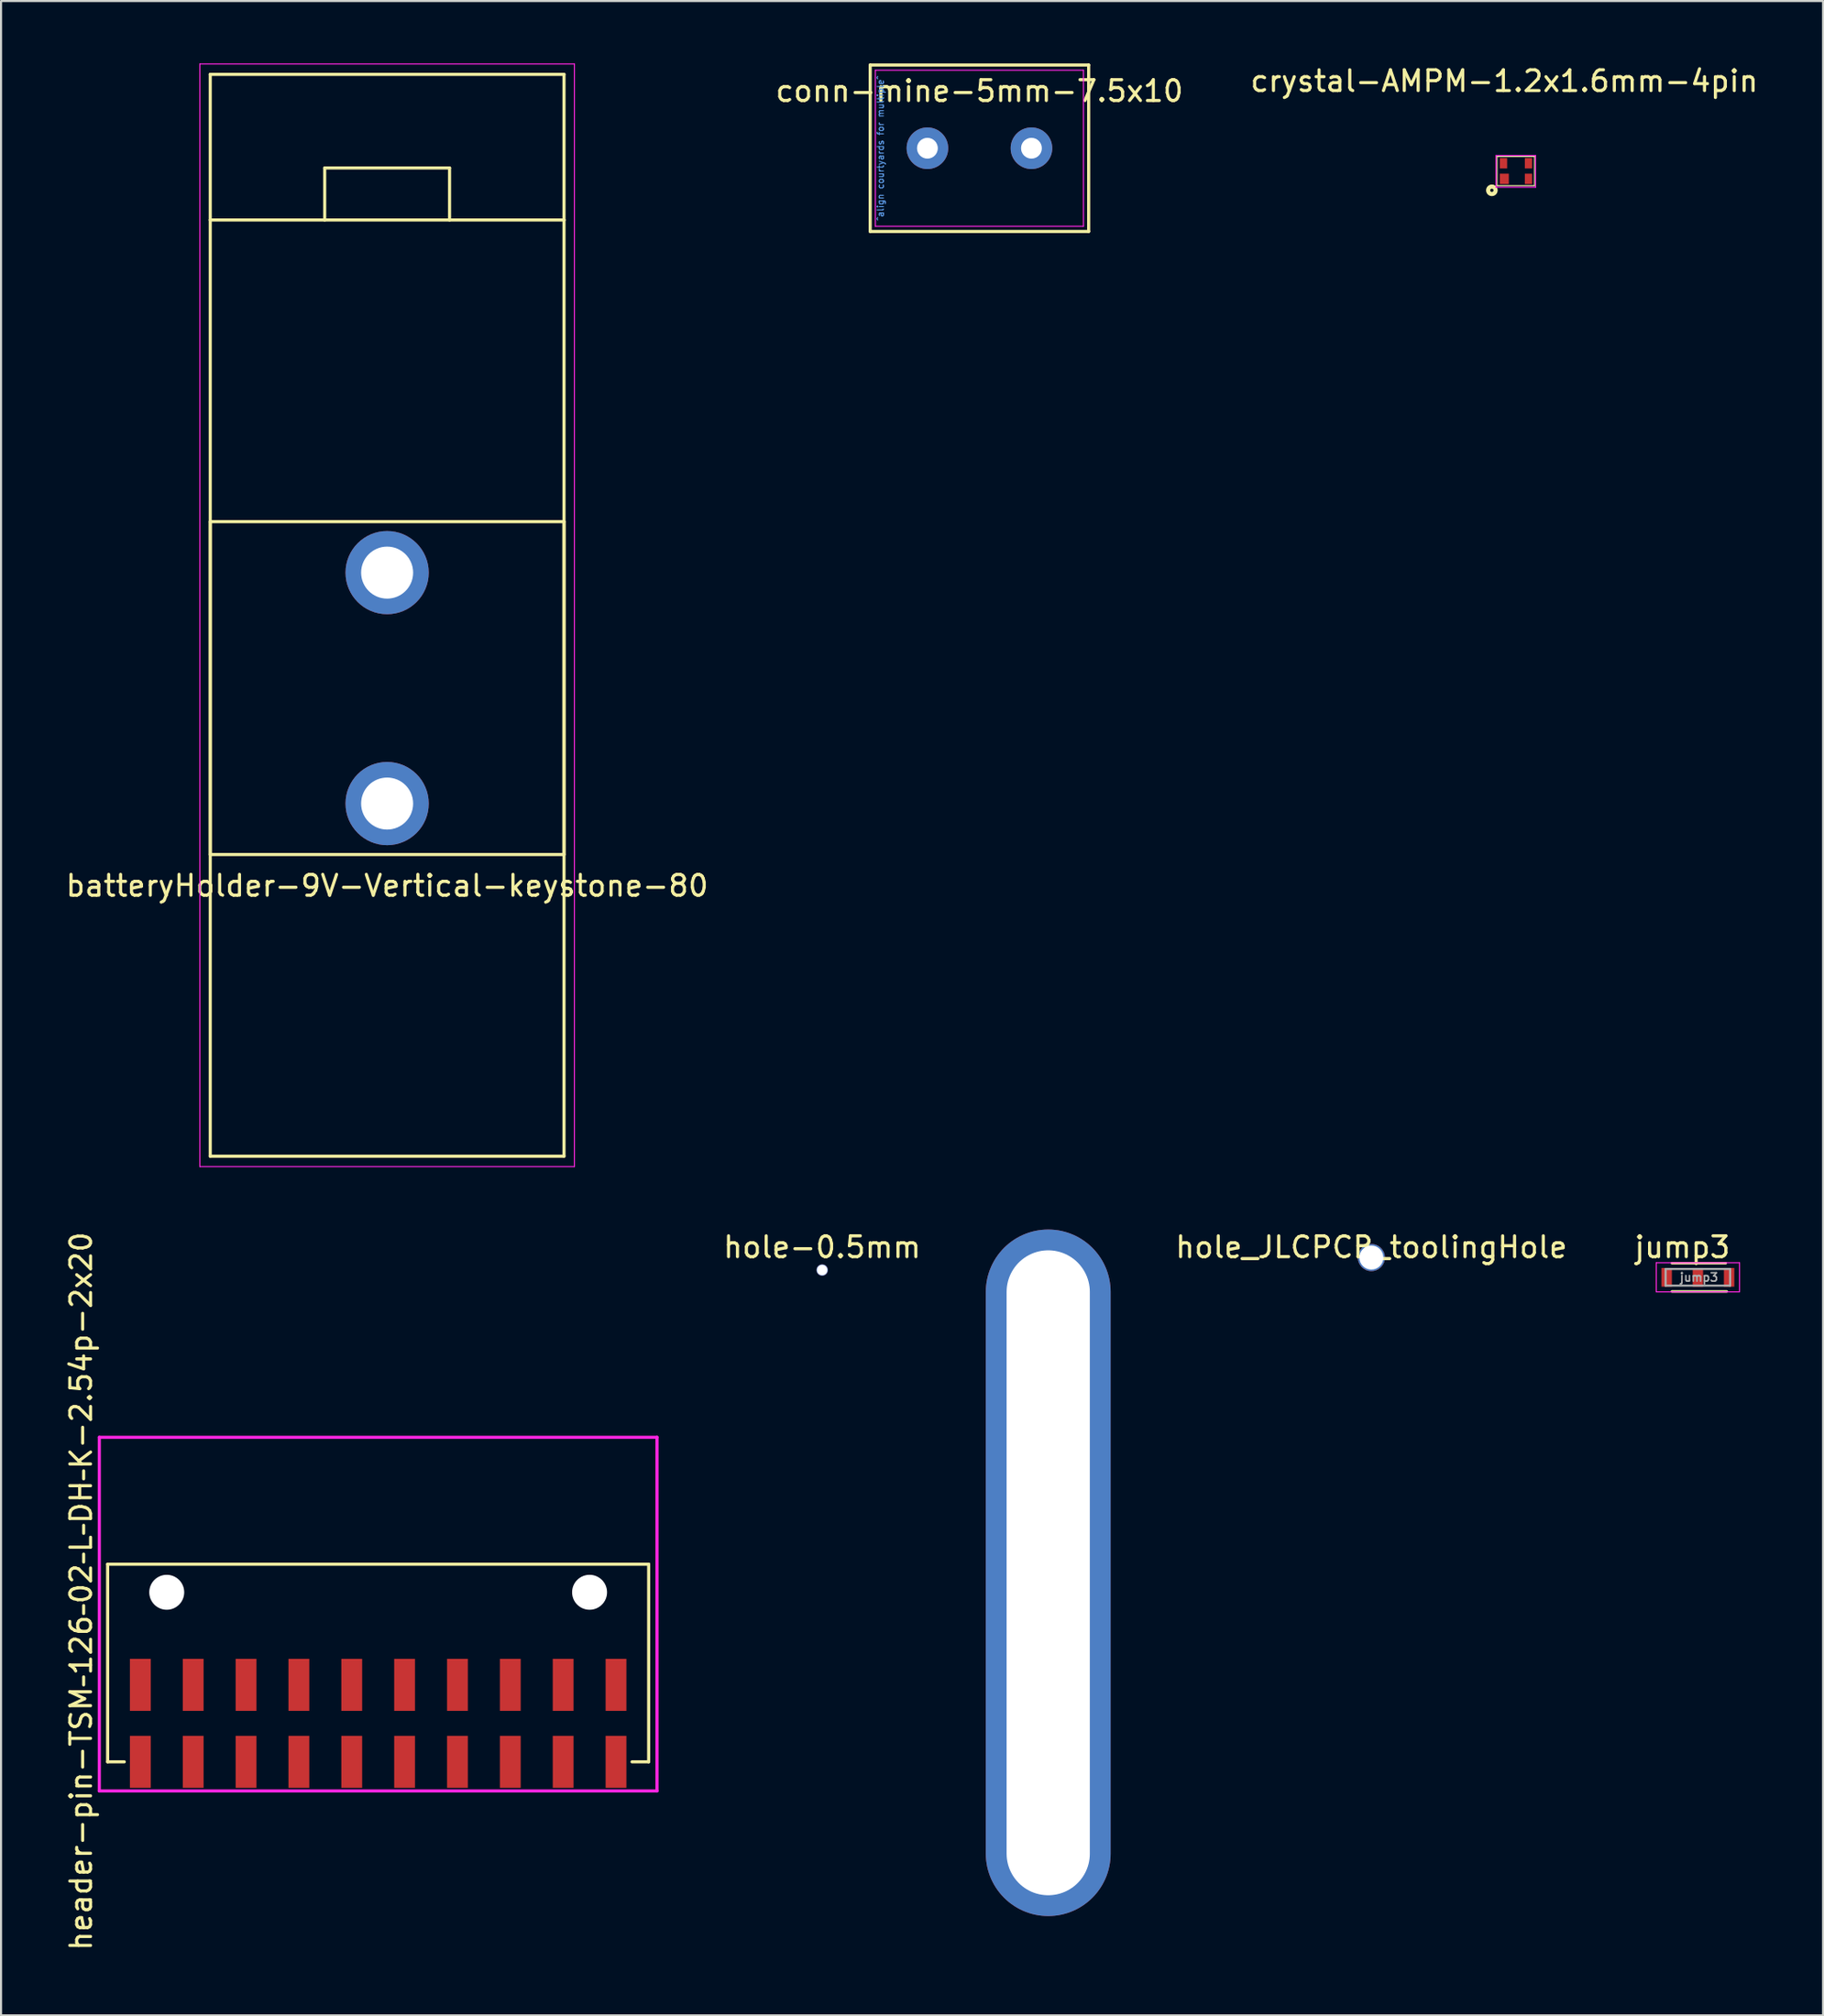
<source format=kicad_pcb>
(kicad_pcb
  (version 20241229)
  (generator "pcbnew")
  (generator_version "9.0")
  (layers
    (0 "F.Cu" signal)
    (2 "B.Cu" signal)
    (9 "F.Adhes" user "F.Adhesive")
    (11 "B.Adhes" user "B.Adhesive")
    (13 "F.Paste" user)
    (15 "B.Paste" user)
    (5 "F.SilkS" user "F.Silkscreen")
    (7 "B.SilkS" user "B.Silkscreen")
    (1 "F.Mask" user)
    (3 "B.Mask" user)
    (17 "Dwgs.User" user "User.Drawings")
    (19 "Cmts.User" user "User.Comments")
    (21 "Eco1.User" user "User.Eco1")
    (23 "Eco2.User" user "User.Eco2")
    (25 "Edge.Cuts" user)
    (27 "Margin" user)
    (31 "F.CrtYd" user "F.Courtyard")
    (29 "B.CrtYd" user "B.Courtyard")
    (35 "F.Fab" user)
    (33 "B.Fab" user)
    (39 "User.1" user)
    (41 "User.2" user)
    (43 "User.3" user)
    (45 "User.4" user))
  (footprint "jump3"
    (layer "F.Cu")
    (at 77.795 58.348)
    (property "Reference" "jump3" (at 0 -1.45 0) (layer "F.SilkS") (effects (font (size 1 1) (thickness 0.15))))
    (attr smd)
    (fp_line (start -0.5 -0.68) (end 2.09 -0.68) (stroke (width 0.12) (type solid)) (layer "F.SilkS"))
    (fp_line (start 2.14 0.68) (end -0.5 0.68) (stroke (width 0.12) (type solid)) (layer "F.SilkS"))
    (fp_line (start -1.25 -0.7) (end -1.25 0.7) (stroke (width 0.05) (type solid)) (layer "F.CrtYd"))
    (fp_line (start -1.25 -0.7) (end 2.75 -0.7) (stroke (width 0.05) (type solid)) (layer "F.CrtYd"))
    (fp_line (start 2.75 0.7) (end -1.25 0.7) (stroke (width 0.05) (type solid)) (layer "F.CrtYd"))
    (fp_line (start 2.75 0.7) (end 2.75 -0.7) (stroke (width 0.05) (type solid)) (layer "F.CrtYd"))
    (fp_line (start -0.8 -0.4) (end 2.3 -0.4) (stroke (width 0.1) (type solid)) (layer "F.Fab"))
    (fp_line (start -0.8 0.4) (end -0.8 -0.4) (stroke (width 0.1) (type solid)) (layer "F.Fab"))
    (fp_line (start 2.3 -0.4) (end 2.3 0.4) (stroke (width 0.1) (type solid)) (layer "F.Fab"))
    (fp_line (start 2.3 0.4) (end -0.8 0.4) (stroke (width 0.1) (type solid)) (layer "F.Fab"))
    (fp_text user "${REFERENCE}" (at 0.8 0 0) (layer "F.Fab") (effects (font (size 0.4 0.4) (thickness 0.075))))
    (pad "1" smd rect (at -0.75 0) (size 0.5 0.9) (layers "F.Cu" "F.Mask" "F.Paste"))
    (pad "2" smd rect (at 0.75 0) (size 0.5 0.9) (layers "F.Cu" "F.Mask" "F.Paste"))
    (pad "3" smd rect (at 2.25 0) (size 0.5 0.9) (layers "F.Cu" "F.Mask" "F.Paste")))
  (footprint "crystal-AMPM-1.2x1.6mm-4pin"
    (layer "F.Cu")
    (at 69.244 5.548)
    (property "Reference" "crystal-AMPM-1.2x1.6mm-4pin" (at 0 -4.7 0) (layer "F.SilkS") (effects (font (size 1 1) (thickness 0.15))))
    (attr through_hole)
    (fp_line (start -0.35 -1.075) (end 1.45 -1.075) (stroke (width 0.05) (type solid)) (layer "F.SilkS"))
    (fp_line (start -0.35 0.325) (end -0.35 -1.075) (stroke (width 0.05) (type solid)) (layer "F.SilkS"))
    (fp_line (start -0.35 0.325) (end 1.45 0.325) (stroke (width 0.05) (type solid)) (layer "F.SilkS"))
    (fp_line (start 1.45 -1.075) (end 1.45 0.325) (stroke (width 0.05) (type solid)) (layer "F.SilkS"))
    (fp_circle (center -0.6 0.55) (end -0.521 0.55) (stroke (width 0.2) (type solid)) (fill no) (layer "F.SilkS"))
    (fp_line (start -0.4 -1.125) (end -0.4 0.4) (stroke (width 0.05) (type solid)) (layer "F.CrtYd"))
    (fp_line (start -0.4 0.4) (end 1.5 0.4) (stroke (width 0.05) (type solid)) (layer "F.CrtYd"))
    (fp_line (start 1.5 -1.125) (end -0.4 -1.125) (stroke (width 0.05) (type solid)) (layer "F.CrtYd"))
    (fp_line (start 1.5 0.4) (end 1.5 -1.125) (stroke (width 0.05) (type solid)) (layer "F.CrtYd"))
    (pad "1" smd rect (at 0 0) (size 0.43 0.5) (layers "F.Cu" "F.Mask" "F.Paste"))
    (pad "2" smd rect (at 1.16 0) (size 0.35 0.5) (layers "F.Cu" "F.Mask" "F.Paste"))
    (pad "3" smd rect (at 1.16 -0.75) (size 0.35 0.5) (layers "F.Cu" "F.Mask" "F.Paste"))
    (pad "4" smd rect (at -0.04 -0.75) (size 0.35 0.5) (layers "F.Cu" "F.Mask" "F.Paste")))
  (footprint "hole_JLCPCB_toolingHole"
    (layer "F.Cu")
    (at 62.854 57.398)
    (property "Reference" "hole_JLCPCB_toolingHole" (at 0 -0.5 0) (unlocked yes) (layer "F.SilkS") (effects (font (size 1 1) (thickness 0.15))))
    (attr through_hole)
    (pad "~" thru_hole circle (at 0 0) (size 1.3 1.3) (drill 1.152) (layers "*.Cu" "*.Mask")))
  (footprint "header-pin-TSM–126–02–L–DH–K-2.54p-2x20"
    (layer "F.Cu")
    (at 15.123 81.637)
    (property "Reference" "header-pin-TSM–126–02–L–DH–K-2.54p-2x20" (at -14.275 -8.2 270) (layer "F.SilkS") (effects (font (size 1 1) (thickness 0.15))))
    (attr through_hole)
    (fp_line (start -13 -9.5) (end 13 -9.5) (stroke (width 0.15) (type solid)) (layer "F.SilkS"))
    (fp_line (start -13 0) (end -13 -9.5) (stroke (width 0.15) (type solid)) (layer "F.SilkS"))
    (fp_line (start -13 0) (end -12.2 0) (stroke (width 0.15) (type solid)) (layer "F.SilkS"))
    (fp_line (start 13 -9.5) (end 13 0) (stroke (width 0.15) (type solid)) (layer "F.SilkS"))
    (fp_line (start 13 0) (end 12.2 0) (stroke (width 0.15) (type solid)) (layer "F.SilkS"))
    (fp_line (start -13.4 -15.6) (end 13.4 -15.6) (stroke (width 0.15) (type solid)) (layer "F.CrtYd"))
    (fp_line (start -13.4 1.4) (end -13.4 -15.6) (stroke (width 0.15) (type solid)) (layer "F.CrtYd"))
    (fp_line (start 13.4 -15.6) (end 13.4 1.4) (stroke (width 0.15) (type solid)) (layer "F.CrtYd"))
    (fp_line (start 13.4 1.4) (end -13.4 1.4) (stroke (width 0.15) (type solid)) (layer "F.CrtYd"))
    (pad "" np_thru_hole circle (at -10.16 -8.15) (size 1.68 1.68) (drill 1.68) (layers "*.Cu" "*.Mask"))
    (pad "" np_thru_hole circle (at 10.16 -8.15) (size 1.68 1.68) (drill 1.68) (layers "*.Cu" "*.Mask"))
    (pad "1" smd rect (at -11.43 0) (size 1 2.5) (layers "F.Cu" "F.Mask" "F.Paste"))
    (pad "2" smd rect (at -11.43 -3.7) (size 1 2.5) (layers "F.Cu" "F.Mask" "F.Paste"))
    (pad "3" smd rect (at -8.89 0) (size 1 2.5) (layers "F.Cu" "F.Mask" "F.Paste"))
    (pad "4" smd rect (at -8.89 -3.7) (size 1 2.5) (layers "F.Cu" "F.Mask" "F.Paste"))
    (pad "5" smd rect (at -6.35 0) (size 1 2.5) (layers "F.Cu" "F.Mask" "F.Paste"))
    (pad "6" smd rect (at -6.35 -3.7) (size 1 2.5) (layers "F.Cu" "F.Mask" "F.Paste"))
    (pad "7" smd rect (at -3.81 0) (size 1 2.5) (layers "F.Cu" "F.Mask" "F.Paste"))
    (pad "8" smd rect (at -3.81 -3.7) (size 1 2.5) (layers "F.Cu" "F.Mask" "F.Paste"))
    (pad "9" smd rect (at -1.27 0) (size 1 2.5) (layers "F.Cu" "F.Mask" "F.Paste"))
    (pad "10" smd rect (at -1.27 -3.7) (size 1 2.5) (layers "F.Cu" "F.Mask" "F.Paste"))
    (pad "11" smd rect (at 1.27 0) (size 1 2.5) (layers "F.Cu" "F.Mask" "F.Paste"))
    (pad "12" smd rect (at 1.27 -3.7) (size 1 2.5) (layers "F.Cu" "F.Mask" "F.Paste"))
    (pad "13" smd rect (at 3.81 0) (size 1 2.5) (layers "F.Cu" "F.Mask" "F.Paste"))
    (pad "14" smd rect (at 3.81 -3.7) (size 1 2.5) (layers "F.Cu" "F.Mask" "F.Paste"))
    (pad "15" smd rect (at 6.35 0) (size 1 2.5) (layers "F.Cu" "F.Mask" "F.Paste"))
    (pad "16" smd rect (at 6.35 -3.7) (size 1 2.5) (layers "F.Cu" "F.Mask" "F.Paste"))
    (pad "17" smd rect (at 8.89 0) (size 1 2.5) (layers "F.Cu" "F.Mask" "F.Paste"))
    (pad "18" smd rect (at 8.89 -3.7) (size 1 2.5) (layers "F.Cu" "F.Mask" "F.Paste"))
    (pad "19" smd rect (at 11.43 0) (size 1 2.5) (layers "F.Cu" "F.Mask" "F.Paste"))
    (pad "20" smd rect (at 11.43 -3.7) (size 1 2.5) (layers "F.Cu" "F.Mask" "F.Paste")))
  (footprint "hole-servo-mount"
    (layer "F.Cu")
    (at 47.324 72.55)
    (property "Reference" "hole-servo-mount" (at 1.1 0.05 90) (layer "F.SilkS") (effects (font (size 1 1) (thickness 0.15))))
    (attr through_hole)
    (pad "-" thru_hole oval (at 0 0) (size 6 33) (drill oval 4 31) (layers "*.Cu" "*.Mask")))
  (footprint "batteryHolder-9V-Vertical-keystone-80"
    (layer "F.Cu")
    (at 15.554 30.025)
    (property "Reference" "batteryHolder-9V-Vertical-keystone-80" (at 0 9.5 0) (layer "F.SilkS") (effects (font (size 1 1) (thickness 0.15))))
    (attr through_hole)
    (fp_line (start -8.5 -29.5) (end 8.5 -29.5) (stroke (width 0.15) (type solid)) (layer "F.SilkS"))
    (fp_line (start -8.5 -22.5) (end -8.5 -29.5) (stroke (width 0.15) (type solid)) (layer "F.SilkS"))
    (fp_line (start -8.5 -22.5) (end -8.5 22.5) (stroke (width 0.15) (type solid)) (layer "F.SilkS"))
    (fp_line (start -8.5 -8) (end -8.5 8) (stroke (width 0.15) (type solid)) (layer "F.SilkS"))
    (fp_line (start -8.5 8) (end 8.5 8) (stroke (width 0.15) (type solid)) (layer "F.SilkS"))
    (fp_line (start -8.5 22.5) (end 8.5 22.5) (stroke (width 0.15) (type solid)) (layer "F.SilkS"))
    (fp_line (start -3 -25) (end 3 -25) (stroke (width 0.15) (type solid)) (layer "F.SilkS"))
    (fp_line (start -3 -22.5) (end -3 -25) (stroke (width 0.15) (type solid)) (layer "F.SilkS"))
    (fp_line (start 3 -25) (end 3 -22.5) (stroke (width 0.15) (type solid)) (layer "F.SilkS"))
    (fp_line (start 8.5 -29.5) (end 8.5 -22.5) (stroke (width 0.15) (type solid)) (layer "F.SilkS"))
    (fp_line (start 8.5 -22.5) (end -8.5 -22.5) (stroke (width 0.15) (type solid)) (layer "F.SilkS"))
    (fp_line (start 8.5 -8) (end -8.5 -8) (stroke (width 0.15) (type solid)) (layer "F.SilkS"))
    (fp_line (start 8.5 8) (end 8.5 -8) (stroke (width 0.15) (type solid)) (layer "F.SilkS"))
    (fp_line (start 8.5 22.5) (end 8.5 -22.5) (stroke (width 0.15) (type solid)) (layer "F.SilkS"))
    (fp_line (start -9 -30) (end 9 -30) (stroke (width 0.05) (type solid)) (layer "F.CrtYd"))
    (fp_line (start -9 23) (end -9 -30) (stroke (width 0.05) (type solid)) (layer "F.CrtYd"))
    (fp_line (start 9 -30) (end 9 23) (stroke (width 0.05) (type solid)) (layer "F.CrtYd"))
    (fp_line (start 9 23) (end -9 23) (stroke (width 0.05) (type solid)) (layer "F.CrtYd"))
    (pad "-" thru_hole circle (at 0 -5.55) (size 4 4) (drill 2.5) (layers "*.Cu" "*.Mask"))
    (pad "-" thru_hole circle (at 0 5.55) (size 4 4) (drill 2.5) (layers "*.Cu" "*.Mask")))
  (footprint "hole-0.5mm"
    (layer "F.Cu")
    (at 36.461 57.998)
    (property "Reference" "hole-0.5mm" (at 0 -1.1 0) (layer "F.SilkS") (effects (font (size 1 1) (thickness 0.15))))
    (attr through_hole)
    (pad "~" thru_hole circle (at 0 0) (size 0.55 0.55) (drill 0.5) (layers "*.Cu" "*.Mask")))
  (footprint "conn-mine-5mm-7.5x10"
    (layer "F.Cu")
    (at 44.018 4.075)
    (property "Reference" "conn-mine-5mm-7.5x10" (at 0 -2.75 0) (layer "F.SilkS") (effects (font (size 1 1) (thickness 0.15))))
    (attr through_hole)
    (fp_line (start -5.25 -4) (end -5.25 4) (stroke (width 0.15) (type solid)) (layer "F.SilkS"))
    (fp_line (start -5.25 4) (end 5.25 4) (stroke (width 0.15) (type solid)) (layer "F.SilkS"))
    (fp_line (start 5.25 -4) (end -5.25 -4) (stroke (width 0.15) (type solid)) (layer "F.SilkS"))
    (fp_line (start 5.25 4) (end 5.25 -4) (stroke (width 0.15) (type solid)) (layer "F.SilkS"))
    (fp_line (start -5 -3.75) (end -5 3.75) (stroke (width 0.05) (type solid)) (layer "F.CrtYd"))
    (fp_line (start -5 3.75) (end 5 3.75) (stroke (width 0.05) (type solid)) (layer "F.CrtYd"))
    (fp_line (start 5 -3.75) (end -5 -3.75) (stroke (width 0.05) (type solid)) (layer "F.CrtYd"))
    (fp_line (start 5 3.75) (end 5 -3.75) (stroke (width 0.05) (type solid)) (layer "F.CrtYd"))
    (fp_text user "^align courtyards for multiple^" (at -4.75 0 90) (layer "Cmts.User") (effects (font (size 0.3 0.3) (thickness 0.05))))
    (pad "1" thru_hole circle (at -2.5 0) (size 2 2) (drill 1) (layers "*.Cu" "*.Mask"))
    (pad "2" thru_hole circle (at 2.5 0) (size 2 2) (drill 1) (layers "*.Cu" "*.Mask")))
  (gr_rect
    (start -3 -3)
    (end 84.56 93.824)
    (stroke (width 0.1) (type default))
    (fill no)
    (layer "Edge.Cuts")))
</source>
